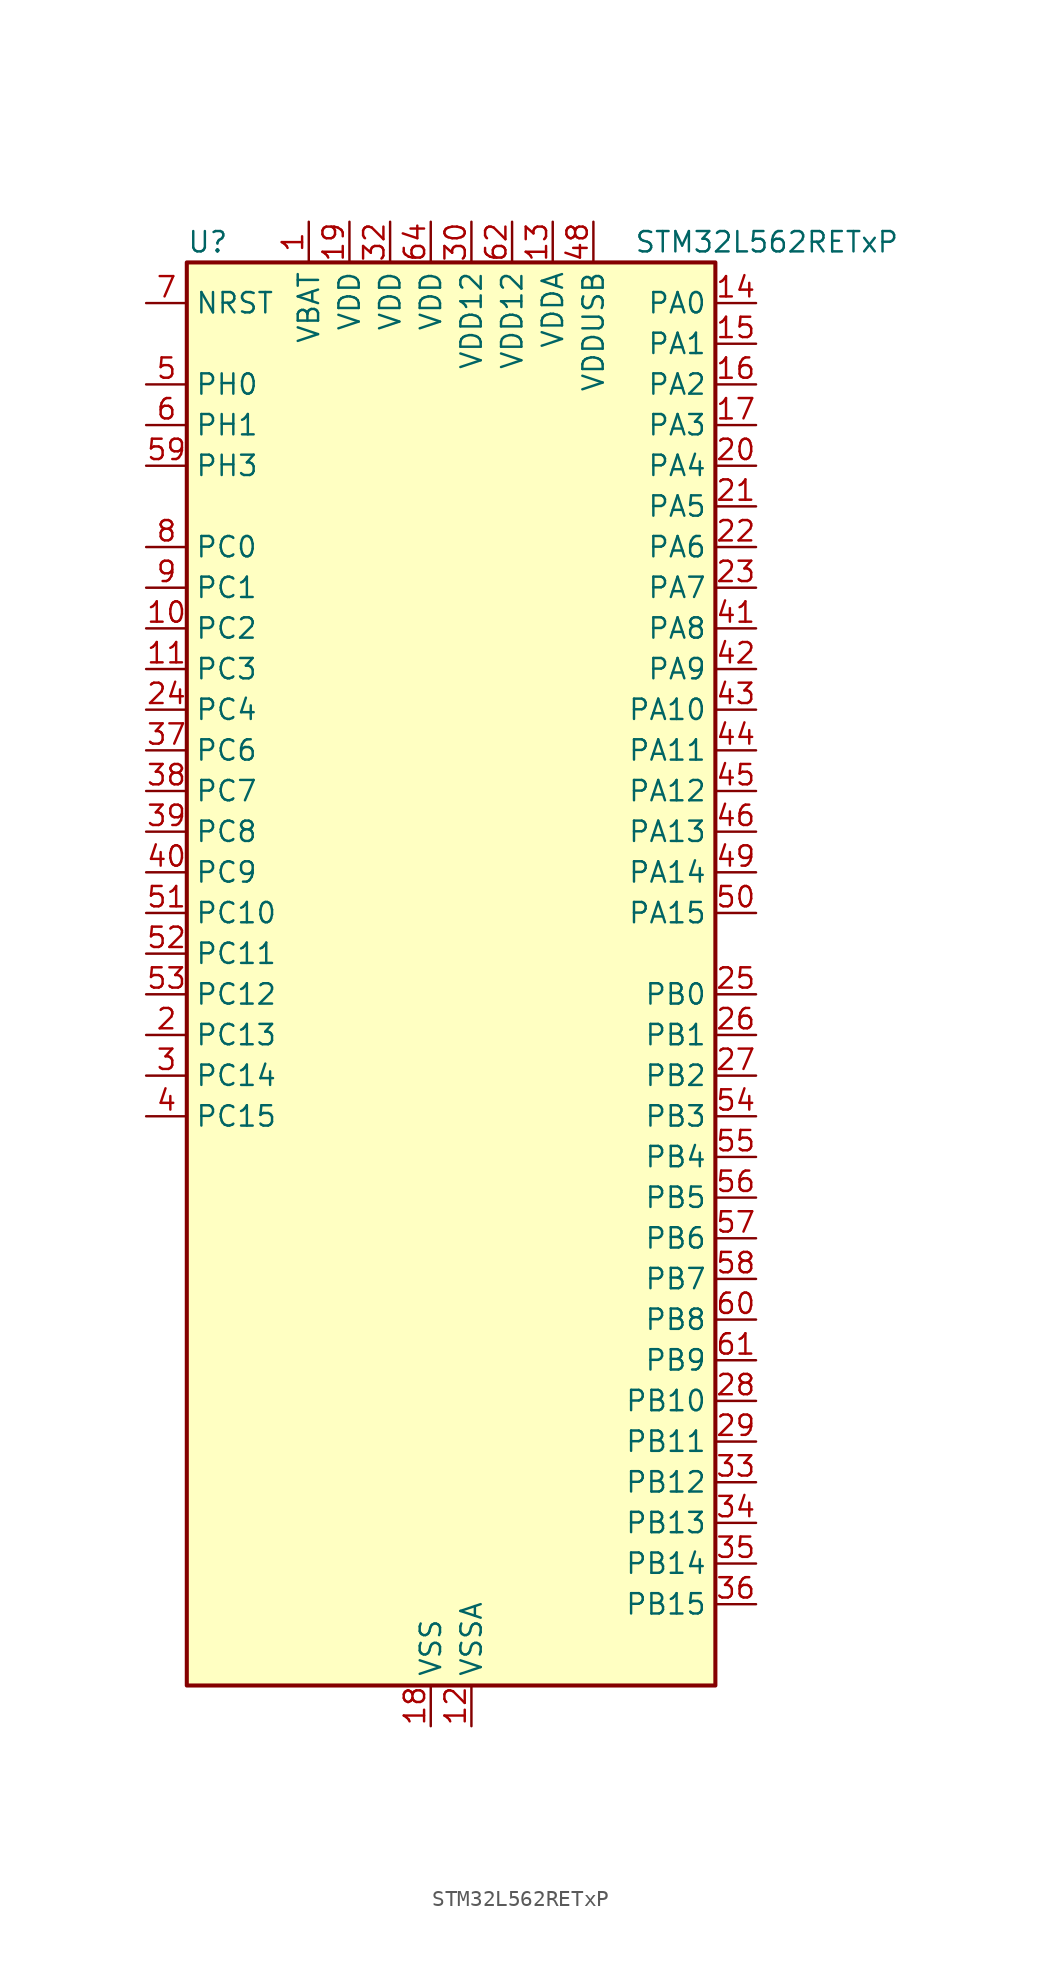
<source format=kicad_sym>
(kicad_symbol_lib
  (version 20231120)
  (generator "kicad_symbol_editor")
  (generator_version "8.0")
  (symbol "STM32L562RETxP"
    (property "Reference" "U"
      (at -15.24 46.99 0)
      (effects (font (size 1.27 1.27)) (justify left)))
    (property "Value" "STM32L562RETxP"
      (at 12.7 46.99 0)
      (effects (font (size 1.27 1.27)) (justify left)))
    (property "ki_locked" ""
      (at 0 0 0)
      (effects (font (size 1.27 1.27))))
    (symbol "STM32L562RETxP_0_1"
      (rectangle (start -15.24 -43.18) (end 17.78 45.72) (stroke (width 0.254) (type default)) (fill (type background))))
    (symbol "STM32L562RETxP_1_1"
      (pin power_in line (at -7.62 48.26 270) (length 2.54) (name "VBAT" (effects (font (size 1.27 1.27)))) (number "1" (effects (font (size 1.27 1.27)))))
      (pin bidirectional line (at -17.78 22.86 0) (length 2.54) (name "PC2" (effects (font (size 1.27 1.27)))) (number "10" (effects (font (size 1.27 1.27)))) (alternate "ADC1_IN3" bidirectional line) (alternate "ADC2_IN3" bidirectional line) (alternate "DFSDM1_CKOUT" bidirectional line) (alternate "LPTIM1_IN2" bidirectional line) (alternate "OCTOSPI1_IO5" bidirectional line) (alternate "SPI2_MISO" bidirectional line))
      (pin bidirectional line (at -17.78 20.32 0) (length 2.54) (name "PC3" (effects (font (size 1.27 1.27)))) (number "11" (effects (font (size 1.27 1.27)))) (alternate "ADC1_IN4" bidirectional line) (alternate "ADC2_IN4" bidirectional line) (alternate "LPTIM1_ETR" bidirectional line) (alternate "LPTIM2_ETR" bidirectional line) (alternate "LPTIM3_OUT" bidirectional line) (alternate "OCTOSPI1_IO6" bidirectional line) (alternate "SAI1_D1" bidirectional line) (alternate "SAI1_SD_A" bidirectional line) (alternate "SPI2_MOSI" bidirectional line))
      (pin power_in line (at 2.54 -45.72 90) (length 2.54) (name "VSSA" (effects (font (size 1.27 1.27)))) (number "12" (effects (font (size 1.27 1.27)))))
      (pin power_in line (at 7.62 48.26 270) (length 2.54) (name "VDDA" (effects (font (size 1.27 1.27)))) (number "13" (effects (font (size 1.27 1.27)))) (alternate "VREFBUF_OUT" bidirectional line))
      (pin bidirectional line (at 20.32 43.18 180) (length 2.54) (name "PA0" (effects (font (size 1.27 1.27)))) (number "14" (effects (font (size 1.27 1.27)))) (alternate "ADC1_IN5" bidirectional line) (alternate "ADC2_IN5" bidirectional line) (alternate "OPAMP1_VINP" bidirectional line) (alternate "PWR_WKUP1" bidirectional line) (alternate "SAI1_EXTCLK" bidirectional line) (alternate "TAMP_IN2" bidirectional line) (alternate "TAMP_OUT1" bidirectional line) (alternate "TIM2_CH1" bidirectional line) (alternate "TIM2_ETR" bidirectional line) (alternate "TIM5_CH1" bidirectional line) (alternate "TIM8_ETR" bidirectional line) (alternate "UART4_TX" bidirectional line) (alternate "USART2_CTS" bidirectional line) (alternate "USART2_NSS" bidirectional line))
      (pin bidirectional line (at 20.32 40.64 180) (length 2.54) (name "PA1" (effects (font (size 1.27 1.27)))) (number "15" (effects (font (size 1.27 1.27)))) (alternate "ADC1_IN6" bidirectional line) (alternate "ADC2_IN6" bidirectional line) (alternate "I2C1_SMBA" bidirectional line) (alternate "OCTOSPI1_DQS" bidirectional line) (alternate "OPAMP1_VINM" bidirectional line) (alternate "SPI1_SCK" bidirectional line) (alternate "TAMP_IN5" bidirectional line) (alternate "TAMP_OUT4" bidirectional line) (alternate "TIM15_CH1N" bidirectional line) (alternate "TIM2_CH2" bidirectional line) (alternate "TIM5_CH2" bidirectional line) (alternate "UART4_RX" bidirectional line) (alternate "USART2_DE" bidirectional line) (alternate "USART2_RTS" bidirectional line))
      (pin bidirectional line (at 20.32 38.1 180) (length 2.54) (name "PA2" (effects (font (size 1.27 1.27)))) (number "16" (effects (font (size 1.27 1.27)))) (alternate "ADC1_IN7" bidirectional line) (alternate "ADC2_IN7" bidirectional line) (alternate "COMP1_INP" bidirectional line) (alternate "LPUART1_TX" bidirectional line) (alternate "OCTOSPI1_NCS" bidirectional line) (alternate "PWR_WKUP4" bidirectional line) (alternate "RCC_LSCO" bidirectional line) (alternate "SAI2_EXTCLK" bidirectional line) (alternate "TIM15_CH1" bidirectional line) (alternate "TIM2_CH3" bidirectional line) (alternate "TIM5_CH3" bidirectional line) (alternate "UCPD1_FRSTX1" bidirectional line) (alternate "USART2_TX" bidirectional line))
      (pin bidirectional line (at 20.32 35.56 180) (length 2.54) (name "PA3" (effects (font (size 1.27 1.27)))) (number "17" (effects (font (size 1.27 1.27)))) (alternate "ADC1_IN8" bidirectional line) (alternate "ADC2_IN8" bidirectional line) (alternate "LPUART1_RX" bidirectional line) (alternate "OCTOSPI1_CLK" bidirectional line) (alternate "OPAMP1_VOUT" bidirectional line) (alternate "SAI1_CK1" bidirectional line) (alternate "SAI1_MCLK_A" bidirectional line) (alternate "TIM15_CH2" bidirectional line) (alternate "TIM2_CH4" bidirectional line) (alternate "TIM5_CH4" bidirectional line) (alternate "USART2_RX" bidirectional line))
      (pin power_in line (at 0 -45.72 90) (length 2.54) (name "VSS" (effects (font (size 1.27 1.27)))) (number "18" (effects (font (size 1.27 1.27)))))
      (pin power_in line (at -5.08 48.26 270) (length 2.54) (name "VDD" (effects (font (size 1.27 1.27)))) (number "19" (effects (font (size 1.27 1.27)))))
      (pin bidirectional line (at -17.78 -2.54 0) (length 2.54) (name "PC13" (effects (font (size 1.27 1.27)))) (number "2" (effects (font (size 1.27 1.27)))) (alternate "PWR_WKUP2" bidirectional line) (alternate "RTC_OUT1" bidirectional line) (alternate "RTC_TS" bidirectional line) (alternate "TAMP_IN1" bidirectional line) (alternate "TAMP_OUT2" bidirectional line))
      (pin bidirectional line (at 20.32 33.02 180) (length 2.54) (name "PA4" (effects (font (size 1.27 1.27)))) (number "20" (effects (font (size 1.27 1.27)))) (alternate "ADC1_IN9" bidirectional line) (alternate "ADC2_IN9" bidirectional line) (alternate "DAC1_OUT1" bidirectional line) (alternate "LPTIM2_OUT" bidirectional line) (alternate "OCTOSPI1_NCS" bidirectional line) (alternate "SAI1_FS_B" bidirectional line) (alternate "SPI1_NSS" bidirectional line) (alternate "SPI3_NSS" bidirectional line) (alternate "USART2_CK" bidirectional line))
      (pin bidirectional line (at 20.32 30.48 180) (length 2.54) (name "PA5" (effects (font (size 1.27 1.27)))) (number "21" (effects (font (size 1.27 1.27)))) (alternate "ADC1_IN10" bidirectional line) (alternate "ADC2_IN10" bidirectional line) (alternate "DAC1_OUT2" bidirectional line) (alternate "LPTIM2_ETR" bidirectional line) (alternate "SPI1_SCK" bidirectional line) (alternate "TIM2_CH1" bidirectional line) (alternate "TIM2_ETR" bidirectional line) (alternate "TIM8_CH1N" bidirectional line))
      (pin bidirectional line (at 20.32 27.94 180) (length 2.54) (name "PA6" (effects (font (size 1.27 1.27)))) (number "22" (effects (font (size 1.27 1.27)))) (alternate "ADC1_IN11" bidirectional line) (alternate "ADC2_IN11" bidirectional line) (alternate "LPUART1_CTS" bidirectional line) (alternate "OCTOSPI1_IO3" bidirectional line) (alternate "OPAMP2_VINP" bidirectional line) (alternate "SPI1_MISO" bidirectional line) (alternate "TIM16_CH1" bidirectional line) (alternate "TIM1_BKIN" bidirectional line) (alternate "TIM3_CH1" bidirectional line) (alternate "TIM8_BKIN" bidirectional line) (alternate "USART3_CTS" bidirectional line) (alternate "USART3_NSS" bidirectional line))
      (pin bidirectional line (at 20.32 25.4 180) (length 2.54) (name "PA7" (effects (font (size 1.27 1.27)))) (number "23" (effects (font (size 1.27 1.27)))) (alternate "ADC1_IN12" bidirectional line) (alternate "ADC2_IN12" bidirectional line) (alternate "I2C3_SCL" bidirectional line) (alternate "OCTOSPI1_IO2" bidirectional line) (alternate "OPAMP2_VINM" bidirectional line) (alternate "SPI1_MOSI" bidirectional line) (alternate "TIM17_CH1" bidirectional line) (alternate "TIM1_CH1N" bidirectional line) (alternate "TIM3_CH2" bidirectional line) (alternate "TIM8_CH1N" bidirectional line))
      (pin bidirectional line (at -17.78 17.78 0) (length 2.54) (name "PC4" (effects (font (size 1.27 1.27)))) (number "24" (effects (font (size 1.27 1.27)))) (alternate "ADC1_IN13" bidirectional line) (alternate "ADC2_IN13" bidirectional line) (alternate "COMP1_INM" bidirectional line) (alternate "OCTOSPI1_IO7" bidirectional line) (alternate "USART3_TX" bidirectional line))
      (pin bidirectional line (at 20.32 0 180) (length 2.54) (name "PB0" (effects (font (size 1.27 1.27)))) (number "25" (effects (font (size 1.27 1.27)))) (alternate "ADC1_IN15" bidirectional line) (alternate "ADC2_IN15" bidirectional line) (alternate "COMP1_OUT" bidirectional line) (alternate "OCTOSPI1_IO1" bidirectional line) (alternate "OPAMP2_VOUT" bidirectional line) (alternate "SAI1_EXTCLK" bidirectional line) (alternate "SPI1_NSS" bidirectional line) (alternate "TIM1_CH2N" bidirectional line) (alternate "TIM3_CH3" bidirectional line) (alternate "TIM8_CH2N" bidirectional line) (alternate "USART3_CK" bidirectional line))
      (pin bidirectional line (at 20.32 -2.54 180) (length 2.54) (name "PB1" (effects (font (size 1.27 1.27)))) (number "26" (effects (font (size 1.27 1.27)))) (alternate "ADC1_IN16" bidirectional line) (alternate "ADC2_IN16" bidirectional line) (alternate "COMP1_INM" bidirectional line) (alternate "DFSDM1_DATIN0" bidirectional line) (alternate "LPTIM2_IN1" bidirectional line) (alternate "LPUART1_DE" bidirectional line) (alternate "LPUART1_RTS" bidirectional line) (alternate "OCTOSPI1_IO0" bidirectional line) (alternate "TIM1_CH3N" bidirectional line) (alternate "TIM3_CH4" bidirectional line) (alternate "TIM8_CH3N" bidirectional line) (alternate "USART3_DE" bidirectional line) (alternate "USART3_RTS" bidirectional line))
      (pin bidirectional line (at 20.32 -5.08 180) (length 2.54) (name "PB2" (effects (font (size 1.27 1.27)))) (number "27" (effects (font (size 1.27 1.27)))) (alternate "COMP1_INP" bidirectional line) (alternate "DFSDM1_CKIN0" bidirectional line) (alternate "I2C3_SMBA" bidirectional line) (alternate "LPTIM1_OUT" bidirectional line) (alternate "OCTOSPI1_DQS" bidirectional line) (alternate "RTC_OUT2" bidirectional line) (alternate "UCPD1_FRSTX1" bidirectional line))
      (pin bidirectional line (at 20.32 -25.4 180) (length 2.54) (name "PB10" (effects (font (size 1.27 1.27)))) (number "28" (effects (font (size 1.27 1.27)))) (alternate "COMP1_OUT" bidirectional line) (alternate "I2C2_SCL" bidirectional line) (alternate "I2C4_SCL" bidirectional line) (alternate "LPTIM3_OUT" bidirectional line) (alternate "LPUART1_RX" bidirectional line) (alternate "OCTOSPI1_CLK" bidirectional line) (alternate "SAI1_SCK_A" bidirectional line) (alternate "SPI2_SCK" bidirectional line) (alternate "TIM2_CH3" bidirectional line) (alternate "TSC_SYNC" bidirectional line) (alternate "USART3_TX" bidirectional line))
      (pin bidirectional line (at 20.32 -27.94 180) (length 2.54) (name "PB11" (effects (font (size 1.27 1.27)))) (number "29" (effects (font (size 1.27 1.27)))) (alternate "ADC1_EXTI11" bidirectional line) (alternate "ADC2_EXTI11" bidirectional line) (alternate "COMP2_OUT" bidirectional line) (alternate "I2C2_SDA" bidirectional line) (alternate "I2C4_SDA" bidirectional line) (alternate "LPUART1_TX" bidirectional line) (alternate "OCTOSPI1_NCS" bidirectional line) (alternate "TIM2_CH4" bidirectional line) (alternate "USART3_RX" bidirectional line))
      (pin bidirectional line (at -17.78 -5.08 0) (length 2.54) (name "PC14" (effects (font (size 1.27 1.27)))) (number "3" (effects (font (size 1.27 1.27)))) (alternate "RCC_OSC32_IN" bidirectional line))
      (pin power_in line (at 2.54 48.26 270) (length 2.54) (name "VDD12" (effects (font (size 1.27 1.27)))) (number "30" (effects (font (size 1.27 1.27)))))
      (pin passive line (at 0 -45.72 90) (length 2.54) hide (name "VSS" (effects (font (size 1.27 1.27)))) (number "31" (effects (font (size 1.27 1.27)))))
      (pin power_in line (at -2.54 48.26 270) (length 2.54) (name "VDD" (effects (font (size 1.27 1.27)))) (number "32" (effects (font (size 1.27 1.27)))))
      (pin bidirectional line (at 20.32 -30.48 180) (length 2.54) (name "PB12" (effects (font (size 1.27 1.27)))) (number "33" (effects (font (size 1.27 1.27)))) (alternate "DFSDM1_DATIN1" bidirectional line) (alternate "I2C2_SMBA" bidirectional line) (alternate "LPUART1_DE" bidirectional line) (alternate "LPUART1_RTS" bidirectional line) (alternate "OCTOSPI1_NCLK" bidirectional line) (alternate "SAI2_FS_A" bidirectional line) (alternate "SPI2_NSS" bidirectional line) (alternate "TIM15_BKIN" bidirectional line) (alternate "TIM1_BKIN" bidirectional line) (alternate "TSC_G1_IO1" bidirectional line) (alternate "USART3_CK" bidirectional line))
      (pin bidirectional line (at 20.32 -33.02 180) (length 2.54) (name "PB13" (effects (font (size 1.27 1.27)))) (number "34" (effects (font (size 1.27 1.27)))) (alternate "DFSDM1_CKIN1" bidirectional line) (alternate "I2C2_SCL" bidirectional line) (alternate "LPTIM3_IN1" bidirectional line) (alternate "LPUART1_CTS" bidirectional line) (alternate "SAI2_SCK_A" bidirectional line) (alternate "SPI2_SCK" bidirectional line) (alternate "TIM15_CH1N" bidirectional line) (alternate "TIM1_CH1N" bidirectional line) (alternate "TSC_G1_IO2" bidirectional line) (alternate "UCPD1_FRSTX2" bidirectional line) (alternate "USART3_CTS" bidirectional line) (alternate "USART3_NSS" bidirectional line))
      (pin bidirectional line (at 20.32 -35.56 180) (length 2.54) (name "PB14" (effects (font (size 1.27 1.27)))) (number "35" (effects (font (size 1.27 1.27)))) (alternate "DFSDM1_DATIN2" bidirectional line) (alternate "I2C2_SDA" bidirectional line) (alternate "LPTIM3_ETR" bidirectional line) (alternate "SAI2_MCLK_A" bidirectional line) (alternate "SPI2_MISO" bidirectional line) (alternate "TIM15_CH1" bidirectional line) (alternate "TIM1_CH2N" bidirectional line) (alternate "TIM8_CH2N" bidirectional line) (alternate "TSC_G1_IO3" bidirectional line) (alternate "UCPD1_DBCC2" bidirectional line) (alternate "USART3_DE" bidirectional line) (alternate "USART3_RTS" bidirectional line))
      (pin bidirectional line (at 20.32 -38.1 180) (length 2.54) (name "PB15" (effects (font (size 1.27 1.27)))) (number "36" (effects (font (size 1.27 1.27)))) (alternate "ADC1_EXTI15" bidirectional line) (alternate "ADC2_EXTI15" bidirectional line) (alternate "DFSDM1_CKIN2" bidirectional line) (alternate "RTC_REFIN" bidirectional line) (alternate "SAI2_SD_A" bidirectional line) (alternate "SPI2_MOSI" bidirectional line) (alternate "TIM15_CH2" bidirectional line) (alternate "TIM1_CH3N" bidirectional line) (alternate "TIM8_CH3N" bidirectional line) (alternate "UCPD1_CC2" bidirectional line))
      (pin bidirectional line (at -17.78 15.24 0) (length 2.54) (name "PC6" (effects (font (size 1.27 1.27)))) (number "37" (effects (font (size 1.27 1.27)))) (alternate "DFSDM1_CKIN3" bidirectional line) (alternate "SAI2_MCLK_A" bidirectional line) (alternate "TIM3_CH1" bidirectional line) (alternate "TIM8_CH1" bidirectional line) (alternate "TSC_G4_IO1" bidirectional line))
      (pin bidirectional line (at -17.78 12.7 0) (length 2.54) (name "PC7" (effects (font (size 1.27 1.27)))) (number "38" (effects (font (size 1.27 1.27)))) (alternate "DFSDM1_DATIN3" bidirectional line) (alternate "SAI2_MCLK_B" bidirectional line) (alternate "TIM3_CH2" bidirectional line) (alternate "TIM8_CH2" bidirectional line) (alternate "TSC_G4_IO2" bidirectional line))
      (pin bidirectional line (at -17.78 10.16 0) (length 2.54) (name "PC8" (effects (font (size 1.27 1.27)))) (number "39" (effects (font (size 1.27 1.27)))) (alternate "TIM3_CH3" bidirectional line) (alternate "TIM8_CH3" bidirectional line) (alternate "TSC_G4_IO3" bidirectional line))
      (pin bidirectional line (at -17.78 -7.62 0) (length 2.54) (name "PC15" (effects (font (size 1.27 1.27)))) (number "4" (effects (font (size 1.27 1.27)))) (alternate "ADC1_EXTI15" bidirectional line) (alternate "ADC2_EXTI15" bidirectional line) (alternate "RCC_OSC32_OUT" bidirectional line))
      (pin bidirectional line (at -17.78 7.62 0) (length 2.54) (name "PC9" (effects (font (size 1.27 1.27)))) (number "40" (effects (font (size 1.27 1.27)))) (alternate "DAC1_EXTI9" bidirectional line) (alternate "DEBUG_TRACED0" bidirectional line) (alternate "SAI2_EXTCLK" bidirectional line) (alternate "TIM3_CH4" bidirectional line) (alternate "TIM8_BKIN2" bidirectional line) (alternate "TIM8_CH4" bidirectional line) (alternate "TSC_G4_IO4" bidirectional line) (alternate "USB_NOE" bidirectional line))
      (pin bidirectional line (at 20.32 22.86 180) (length 2.54) (name "PA8" (effects (font (size 1.27 1.27)))) (number "41" (effects (font (size 1.27 1.27)))) (alternate "LPTIM2_OUT" bidirectional line) (alternate "RCC_MCO" bidirectional line) (alternate "SAI1_CK2" bidirectional line) (alternate "SAI1_SCK_A" bidirectional line) (alternate "TIM1_CH1" bidirectional line) (alternate "USART1_CK" bidirectional line))
      (pin bidirectional line (at 20.32 20.32 180) (length 2.54) (name "PA9" (effects (font (size 1.27 1.27)))) (number "42" (effects (font (size 1.27 1.27)))) (alternate "DAC1_EXTI9" bidirectional line) (alternate "SAI1_FS_A" bidirectional line) (alternate "SPI2_SCK" bidirectional line) (alternate "TIM15_BKIN" bidirectional line) (alternate "TIM1_CH2" bidirectional line) (alternate "USART1_TX" bidirectional line))
      (pin bidirectional line (at 20.32 17.78 180) (length 2.54) (name "PA10" (effects (font (size 1.27 1.27)))) (number "43" (effects (font (size 1.27 1.27)))) (alternate "CRS_SYNC" bidirectional line) (alternate "SAI1_D1" bidirectional line) (alternate "SAI1_SD_A" bidirectional line) (alternate "TIM17_BKIN" bidirectional line) (alternate "TIM1_CH3" bidirectional line) (alternate "USART1_RX" bidirectional line))
      (pin bidirectional line (at 20.32 15.24 180) (length 2.54) (name "PA11" (effects (font (size 1.27 1.27)))) (number "44" (effects (font (size 1.27 1.27)))) (alternate "ADC1_EXTI11" bidirectional line) (alternate "ADC2_EXTI11" bidirectional line) (alternate "FDCAN1_RX" bidirectional line) (alternate "SPI1_MISO" bidirectional line) (alternate "TIM1_BKIN2" bidirectional line) (alternate "TIM1_CH4" bidirectional line) (alternate "USART1_CTS" bidirectional line) (alternate "USART1_NSS" bidirectional line) (alternate "USB_DM" bidirectional line))
      (pin bidirectional line (at 20.32 12.7 180) (length 2.54) (name "PA12" (effects (font (size 1.27 1.27)))) (number "45" (effects (font (size 1.27 1.27)))) (alternate "FDCAN1_TX" bidirectional line) (alternate "SPI1_MOSI" bidirectional line) (alternate "TIM1_ETR" bidirectional line) (alternate "USART1_DE" bidirectional line) (alternate "USART1_RTS" bidirectional line) (alternate "USB_DP" bidirectional line))
      (pin bidirectional line (at 20.32 10.16 180) (length 2.54) (name "PA13" (effects (font (size 1.27 1.27)))) (number "46" (effects (font (size 1.27 1.27)))) (alternate "DEBUG_JTMS-SWDIO" bidirectional line) (alternate "IR_OUT" bidirectional line) (alternate "SAI1_SD_B" bidirectional line) (alternate "USB_NOE" bidirectional line))
      (pin passive line (at 0 -45.72 90) (length 2.54) hide (name "VSS" (effects (font (size 1.27 1.27)))) (number "47" (effects (font (size 1.27 1.27)))))
      (pin power_in line (at 10.16 48.26 270) (length 2.54) (name "VDDUSB" (effects (font (size 1.27 1.27)))) (number "48" (effects (font (size 1.27 1.27)))))
      (pin bidirectional line (at 20.32 7.62 180) (length 2.54) (name "PA14" (effects (font (size 1.27 1.27)))) (number "49" (effects (font (size 1.27 1.27)))) (alternate "DEBUG_JTCK-SWCLK" bidirectional line) (alternate "I2C1_SMBA" bidirectional line) (alternate "I2C4_SMBA" bidirectional line) (alternate "LPTIM1_OUT" bidirectional line) (alternate "SAI1_FS_B" bidirectional line))
      (pin bidirectional line (at -17.78 38.1 0) (length 2.54) (name "PH0" (effects (font (size 1.27 1.27)))) (number "5" (effects (font (size 1.27 1.27)))) (alternate "RCC_OSC_IN" bidirectional line))
      (pin bidirectional line (at 20.32 5.08 180) (length 2.54) (name "PA15" (effects (font (size 1.27 1.27)))) (number "50" (effects (font (size 1.27 1.27)))) (alternate "ADC1_EXTI15" bidirectional line) (alternate "ADC2_EXTI15" bidirectional line) (alternate "DEBUG_JTDI" bidirectional line) (alternate "SAI2_FS_B" bidirectional line) (alternate "SPI1_NSS" bidirectional line) (alternate "SPI3_NSS" bidirectional line) (alternate "TIM2_CH1" bidirectional line) (alternate "TIM2_ETR" bidirectional line) (alternate "UART4_DE" bidirectional line) (alternate "UART4_RTS" bidirectional line) (alternate "UCPD1_CC1" bidirectional line) (alternate "USART2_RX" bidirectional line) (alternate "USART3_DE" bidirectional line) (alternate "USART3_RTS" bidirectional line))
      (pin bidirectional line (at -17.78 5.08 0) (length 2.54) (name "PC10" (effects (font (size 1.27 1.27)))) (number "51" (effects (font (size 1.27 1.27)))) (alternate "DEBUG_TRACED1" bidirectional line) (alternate "LPTIM3_ETR" bidirectional line) (alternate "SAI2_SCK_B" bidirectional line) (alternate "SPI3_SCK" bidirectional line) (alternate "TSC_G3_IO2" bidirectional line) (alternate "UART4_TX" bidirectional line) (alternate "USART3_TX" bidirectional line))
      (pin bidirectional line (at -17.78 2.54 0) (length 2.54) (name "PC11" (effects (font (size 1.27 1.27)))) (number "52" (effects (font (size 1.27 1.27)))) (alternate "ADC1_EXTI11" bidirectional line) (alternate "ADC2_EXTI11" bidirectional line) (alternate "LPTIM3_IN1" bidirectional line) (alternate "OCTOSPI1_NCS" bidirectional line) (alternate "SAI2_MCLK_B" bidirectional line) (alternate "SPI3_MISO" bidirectional line) (alternate "TSC_G3_IO3" bidirectional line) (alternate "UART4_RX" bidirectional line) (alternate "UCPD1_FRSTX2" bidirectional line) (alternate "USART3_RX" bidirectional line))
      (pin bidirectional line (at -17.78 0 0) (length 2.54) (name "PC12" (effects (font (size 1.27 1.27)))) (number "53" (effects (font (size 1.27 1.27)))) (alternate "DEBUG_TRACED3" bidirectional line) (alternate "SAI2_SD_B" bidirectional line) (alternate "SPI3_MOSI" bidirectional line) (alternate "TSC_G3_IO4" bidirectional line) (alternate "UART5_TX" bidirectional line) (alternate "USART3_CK" bidirectional line))
      (pin bidirectional line (at 20.32 -7.62 180) (length 2.54) (name "PB3" (effects (font (size 1.27 1.27)))) (number "54" (effects (font (size 1.27 1.27)))) (alternate "COMP2_INM" bidirectional line) (alternate "CRS_SYNC" bidirectional line) (alternate "DEBUG_JTDO-SWO" bidirectional line) (alternate "SAI1_SCK_B" bidirectional line) (alternate "SPI1_SCK" bidirectional line) (alternate "SPI3_SCK" bidirectional line) (alternate "TIM2_CH2" bidirectional line) (alternate "USART1_DE" bidirectional line) (alternate "USART1_RTS" bidirectional line))
      (pin bidirectional line (at 20.32 -10.16 180) (length 2.54) (name "PB4" (effects (font (size 1.27 1.27)))) (number "55" (effects (font (size 1.27 1.27)))) (alternate "COMP2_INP" bidirectional line) (alternate "DEBUG_JTRST" bidirectional line) (alternate "I2C3_SDA" bidirectional line) (alternate "SAI1_MCLK_B" bidirectional line) (alternate "SPI1_MISO" bidirectional line) (alternate "SPI3_MISO" bidirectional line) (alternate "TIM17_BKIN" bidirectional line) (alternate "TIM3_CH1" bidirectional line) (alternate "TSC_G2_IO1" bidirectional line) (alternate "UART5_DE" bidirectional line) (alternate "UART5_RTS" bidirectional line) (alternate "USART1_CTS" bidirectional line) (alternate "USART1_NSS" bidirectional line))
      (pin bidirectional line (at 20.32 -12.7 180) (length 2.54) (name "PB5" (effects (font (size 1.27 1.27)))) (number "56" (effects (font (size 1.27 1.27)))) (alternate "COMP2_OUT" bidirectional line) (alternate "I2C1_SMBA" bidirectional line) (alternate "LPTIM1_IN1" bidirectional line) (alternate "OCTOSPI1_NCLK" bidirectional line) (alternate "SAI1_SD_B" bidirectional line) (alternate "SPI1_MOSI" bidirectional line) (alternate "SPI3_MOSI" bidirectional line) (alternate "TIM16_BKIN" bidirectional line) (alternate "TIM3_CH2" bidirectional line) (alternate "TSC_G2_IO2" bidirectional line) (alternate "UART5_CTS" bidirectional line) (alternate "UCPD1_DBCC1" bidirectional line) (alternate "USART1_CK" bidirectional line))
      (pin bidirectional line (at 20.32 -15.24 180) (length 2.54) (name "PB6" (effects (font (size 1.27 1.27)))) (number "57" (effects (font (size 1.27 1.27)))) (alternate "COMP2_INP" bidirectional line) (alternate "I2C1_SCL" bidirectional line) (alternate "I2C4_SCL" bidirectional line) (alternate "LPTIM1_ETR" bidirectional line) (alternate "SAI1_FS_B" bidirectional line) (alternate "TIM16_CH1N" bidirectional line) (alternate "TIM4_CH1" bidirectional line) (alternate "TIM8_BKIN2" bidirectional line) (alternate "TSC_G2_IO3" bidirectional line) (alternate "USART1_TX" bidirectional line))
      (pin bidirectional line (at 20.32 -17.78 180) (length 2.54) (name "PB7" (effects (font (size 1.27 1.27)))) (number "58" (effects (font (size 1.27 1.27)))) (alternate "COMP2_INM" bidirectional line) (alternate "I2C1_SDA" bidirectional line) (alternate "I2C4_SDA" bidirectional line) (alternate "LPTIM1_IN2" bidirectional line) (alternate "PWR_PVD_IN" bidirectional line) (alternate "TIM17_CH1N" bidirectional line) (alternate "TIM4_CH2" bidirectional line) (alternate "TIM8_BKIN" bidirectional line) (alternate "TSC_G2_IO4" bidirectional line) (alternate "UART4_CTS" bidirectional line) (alternate "USART1_RX" bidirectional line))
      (pin bidirectional line (at -17.78 33.02 0) (length 2.54) (name "PH3" (effects (font (size 1.27 1.27)))) (number "59" (effects (font (size 1.27 1.27)))))
      (pin bidirectional line (at -17.78 35.56 0) (length 2.54) (name "PH1" (effects (font (size 1.27 1.27)))) (number "6" (effects (font (size 1.27 1.27)))) (alternate "RCC_OSC_OUT" bidirectional line))
      (pin bidirectional line (at 20.32 -20.32 180) (length 2.54) (name "PB8" (effects (font (size 1.27 1.27)))) (number "60" (effects (font (size 1.27 1.27)))) (alternate "DFSDM1_CKOUT" bidirectional line) (alternate "FDCAN1_RX" bidirectional line) (alternate "I2C1_SCL" bidirectional line) (alternate "SAI1_CK1" bidirectional line) (alternate "SAI1_MCLK_A" bidirectional line) (alternate "TIM16_CH1" bidirectional line) (alternate "TIM4_CH3" bidirectional line))
      (pin bidirectional line (at 20.32 -22.86 180) (length 2.54) (name "PB9" (effects (font (size 1.27 1.27)))) (number "61" (effects (font (size 1.27 1.27)))) (alternate "DAC1_EXTI9" bidirectional line) (alternate "FDCAN1_TX" bidirectional line) (alternate "I2C1_SDA" bidirectional line) (alternate "IR_OUT" bidirectional line) (alternate "SAI1_D2" bidirectional line) (alternate "SAI1_FS_A" bidirectional line) (alternate "SPI2_NSS" bidirectional line) (alternate "TIM17_CH1" bidirectional line) (alternate "TIM4_CH4" bidirectional line))
      (pin power_in line (at 5.08 48.26 270) (length 2.54) (name "VDD12" (effects (font (size 1.27 1.27)))) (number "62" (effects (font (size 1.27 1.27)))))
      (pin passive line (at 0 -45.72 90) (length 2.54) hide (name "VSS" (effects (font (size 1.27 1.27)))) (number "63" (effects (font (size 1.27 1.27)))))
      (pin power_in line (at 0 48.26 270) (length 2.54) (name "VDD" (effects (font (size 1.27 1.27)))) (number "64" (effects (font (size 1.27 1.27)))))
      (pin input line (at -17.78 43.18 0) (length 2.54) (name "NRST" (effects (font (size 1.27 1.27)))) (number "7" (effects (font (size 1.27 1.27)))))
      (pin bidirectional line (at -17.78 27.94 0) (length 2.54) (name "PC0" (effects (font (size 1.27 1.27)))) (number "8" (effects (font (size 1.27 1.27)))) (alternate "ADC1_IN1" bidirectional line) (alternate "ADC2_IN1" bidirectional line) (alternate "I2C3_SCL" bidirectional line) (alternate "LPTIM1_IN1" bidirectional line) (alternate "LPTIM2_IN1" bidirectional line) (alternate "LPUART1_RX" bidirectional line) (alternate "OCTOSPI1_IO7" bidirectional line) (alternate "SAI2_FS_A" bidirectional line))
      (pin bidirectional line (at -17.78 25.4 0) (length 2.54) (name "PC1" (effects (font (size 1.27 1.27)))) (number "9" (effects (font (size 1.27 1.27)))) (alternate "ADC1_IN2" bidirectional line) (alternate "ADC2_IN2" bidirectional line) (alternate "DEBUG_TRACED0" bidirectional line) (alternate "I2C3_SDA" bidirectional line) (alternate "LPTIM1_OUT" bidirectional line) (alternate "LPUART1_TX" bidirectional line) (alternate "OCTOSPI1_IO4" bidirectional line) (alternate "SAI1_SD_A" bidirectional line) (alternate "SPI2_MOSI" bidirectional line)))))
</source>
